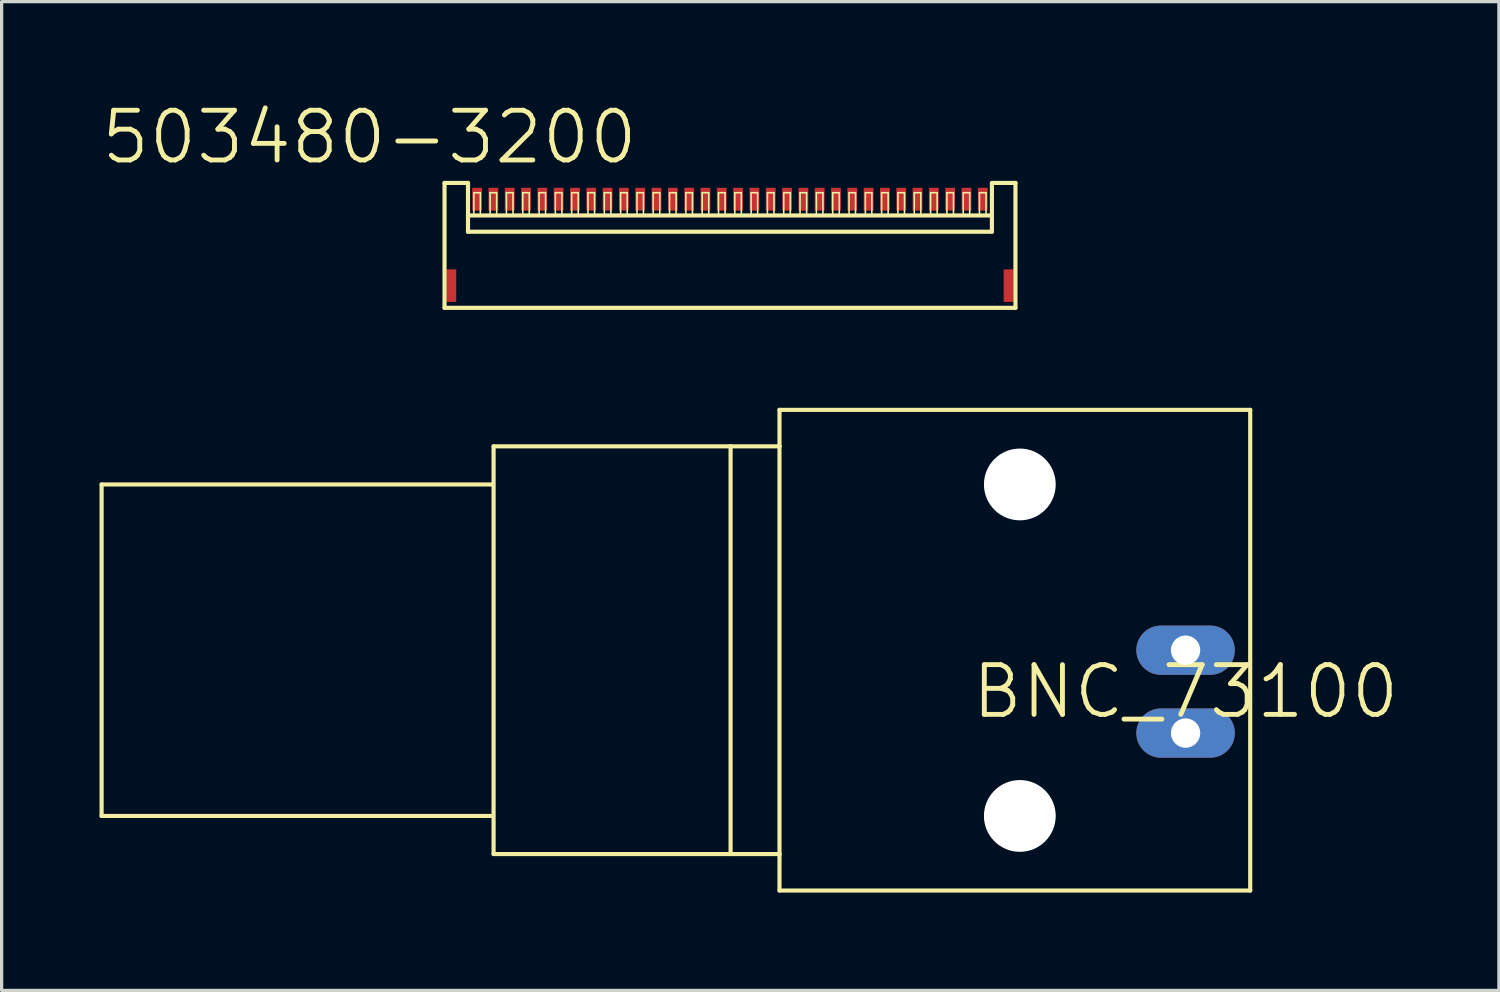
<source format=kicad_pcb>
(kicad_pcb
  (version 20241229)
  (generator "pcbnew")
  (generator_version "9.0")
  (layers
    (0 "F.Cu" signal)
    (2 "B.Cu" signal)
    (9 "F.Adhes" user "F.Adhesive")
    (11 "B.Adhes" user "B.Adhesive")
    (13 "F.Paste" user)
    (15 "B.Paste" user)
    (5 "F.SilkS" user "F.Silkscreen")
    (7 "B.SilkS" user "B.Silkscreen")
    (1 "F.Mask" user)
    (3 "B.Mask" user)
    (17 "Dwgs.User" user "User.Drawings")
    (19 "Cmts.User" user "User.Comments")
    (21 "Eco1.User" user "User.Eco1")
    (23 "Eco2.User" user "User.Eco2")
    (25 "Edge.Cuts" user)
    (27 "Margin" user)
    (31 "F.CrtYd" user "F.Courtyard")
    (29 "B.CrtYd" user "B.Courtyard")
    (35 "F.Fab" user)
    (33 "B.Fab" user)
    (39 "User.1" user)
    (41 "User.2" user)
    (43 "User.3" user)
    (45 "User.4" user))
  (footprint "BNC_73100"
    (layer "F.Cu")
    (at 33.287 18.148)
    (property "Reference" "BNC_73100" (at 0 0 0) (layer "F.SilkS") (effects (font (size 1.524 1.524) (thickness 0.15))))
    (attr exclude_from_pos_files exclude_from_bom)
    (fp_line (start -33.223 -6.35) (end -33.223 3.81) (stroke (width 0.127) (type solid)) (layer "F.SilkS"))
    (fp_line (start -33.223 3.81) (end -21.234 3.81) (stroke (width 0.127) (type solid)) (layer "F.SilkS"))
    (fp_line (start -21.234 -6.35) (end -33.223 -6.35) (stroke (width 0.127) (type solid)) (layer "F.SilkS"))
    (fp_line (start -21.209 -7.518) (end -21.209 4.978) (stroke (width 0.127) (type solid)) (layer "F.SilkS"))
    (fp_line (start -21.209 4.978) (end -13.945 4.978) (stroke (width 0.127) (type solid)) (layer "F.SilkS"))
    (fp_line (start -13.945 -7.518) (end -21.209 -7.518) (stroke (width 0.127) (type solid)) (layer "F.SilkS"))
    (fp_line (start -13.945 -7.518) (end -13.945 4.978) (stroke (width 0.127) (type solid)) (layer "F.SilkS"))
    (fp_line (start -13.945 4.978) (end -12.446 4.978) (stroke (width 0.127) (type solid)) (layer "F.SilkS"))
    (fp_line (start -12.446 -8.636) (end 1.981 -8.636) (stroke (width 0.127) (type solid)) (layer "F.SilkS"))
    (fp_line (start -12.446 -7.518) (end -13.945 -7.518) (stroke (width 0.127) (type solid)) (layer "F.SilkS"))
    (fp_line (start -12.446 -7.518) (end -12.446 -8.636) (stroke (width 0.127) (type solid)) (layer "F.SilkS"))
    (fp_line (start -12.446 4.978) (end -12.446 -7.518) (stroke (width 0.127) (type solid)) (layer "F.SilkS"))
    (fp_line (start -12.446 6.096) (end -12.446 4.978) (stroke (width 0.127) (type solid)) (layer "F.SilkS"))
    (fp_line (start 1.981 -8.636) (end 1.981 6.096) (stroke (width 0.127) (type solid)) (layer "F.SilkS"))
    (fp_line (start 1.981 6.096) (end -12.446 6.096) (stroke (width 0.127) (type solid)) (layer "F.SilkS"))
    (pad "" np_thru_hole circle (at -5.08 -6.35) (size 2.2 2.2) (drill 2.2) (layers "*.Cu" "*.Mask"))
    (pad "" np_thru_hole circle (at -5.08 3.81) (size 2.2 2.2) (drill 2.2) (layers "*.Cu" "*.Mask"))
    (pad "GND" thru_hole oval (at 0 1.27 90) (size 1.509 3.018) (drill 0.899) (layers "*.Cu" "*.Paste" "*.Mask"))
    (pad "OUT" thru_hole oval (at 0 -1.27 90) (size 1.509 3.018) (drill 0.899) (layers "*.Cu" "*.Paste" "*.Mask")))
  (footprint "503480-3200"
    (layer "F.Cu")
    (at 11.573 3.055)
    (property "Reference" "503480-3200" (at -3.3 -1.9 0) (layer "F.SilkS") (effects (font (size 1.524 1.524) (thickness 0.15))))
    (attr smd)
    (fp_line (start -0.998 -0.498) (end -0.998 3.33) (stroke (width 0.127) (type solid)) (layer "F.SilkS"))
    (fp_line (start -0.998 3.33) (end 16.5 3.33) (stroke (width 0.127) (type solid)) (layer "F.SilkS"))
    (fp_line (start -0.279 -0.498) (end -0.998 -0.498) (stroke (width 0.127) (type solid)) (layer "F.SilkS"))
    (fp_line (start -0.279 0.498) (end -0.279 -0.498) (stroke (width 0.127) (type solid)) (layer "F.SilkS"))
    (fp_line (start -0.279 0.498) (end -0.279 0.998) (stroke (width 0.127) (type solid)) (layer "F.SilkS"))
    (fp_line (start -0.279 0.998) (end 15.778 0.998) (stroke (width 0.127) (type solid)) (layer "F.SilkS"))
    (fp_line (start -0.099 -0.198) (end 0.099 -0.198) (stroke (width 0.048) (type solid)) (layer "F.SilkS"))
    (fp_line (start -0.099 0.498) (end -0.099 -0.198) (stroke (width 0.048) (type solid)) (layer "F.SilkS"))
    (fp_line (start 0.099 -0.198) (end 0.099 0.498) (stroke (width 0.048) (type solid)) (layer "F.SilkS"))
    (fp_line (start 0.099 0.498) (end -0.099 0.498) (stroke (width 0.048) (type solid)) (layer "F.SilkS"))
    (fp_line (start 0.399 -0.198) (end 0.599 -0.198) (stroke (width 0.048) (type solid)) (layer "F.SilkS"))
    (fp_line (start 0.399 0.498) (end 0.399 -0.198) (stroke (width 0.048) (type solid)) (layer "F.SilkS"))
    (fp_line (start 0.599 -0.198) (end 0.599 0.498) (stroke (width 0.048) (type solid)) (layer "F.SilkS"))
    (fp_line (start 0.599 0.498) (end 0.399 0.498) (stroke (width 0.048) (type solid)) (layer "F.SilkS"))
    (fp_line (start 0.899 -0.198) (end 1.1 -0.198) (stroke (width 0.048) (type solid)) (layer "F.SilkS"))
    (fp_line (start 0.899 0.498) (end 0.899 -0.198) (stroke (width 0.048) (type solid)) (layer "F.SilkS"))
    (fp_line (start 1.1 -0.198) (end 1.1 0.498) (stroke (width 0.048) (type solid)) (layer "F.SilkS"))
    (fp_line (start 1.1 0.498) (end 0.899 0.498) (stroke (width 0.048) (type solid)) (layer "F.SilkS"))
    (fp_line (start 1.4 -0.198) (end 1.598 -0.198) (stroke (width 0.048) (type solid)) (layer "F.SilkS"))
    (fp_line (start 1.4 0.498) (end 1.4 -0.198) (stroke (width 0.048) (type solid)) (layer "F.SilkS"))
    (fp_line (start 1.598 -0.198) (end 1.598 0.498) (stroke (width 0.048) (type solid)) (layer "F.SilkS"))
    (fp_line (start 1.598 0.498) (end 1.4 0.498) (stroke (width 0.048) (type solid)) (layer "F.SilkS"))
    (fp_line (start 1.9 -0.198) (end 2.098 -0.198) (stroke (width 0.048) (type solid)) (layer "F.SilkS"))
    (fp_line (start 1.9 0.498) (end 1.9 -0.198) (stroke (width 0.048) (type solid)) (layer "F.SilkS"))
    (fp_line (start 2.098 -0.198) (end 2.098 0.498) (stroke (width 0.048) (type solid)) (layer "F.SilkS"))
    (fp_line (start 2.098 0.498) (end 1.9 0.498) (stroke (width 0.048) (type solid)) (layer "F.SilkS"))
    (fp_line (start 2.398 -0.198) (end 2.598 -0.198) (stroke (width 0.048) (type solid)) (layer "F.SilkS"))
    (fp_line (start 2.398 0.498) (end 2.398 -0.198) (stroke (width 0.048) (type solid)) (layer "F.SilkS"))
    (fp_line (start 2.598 -0.198) (end 2.598 0.498) (stroke (width 0.048) (type solid)) (layer "F.SilkS"))
    (fp_line (start 2.598 0.498) (end 2.398 0.498) (stroke (width 0.048) (type solid)) (layer "F.SilkS"))
    (fp_line (start 2.898 -0.198) (end 3.099 -0.198) (stroke (width 0.048) (type solid)) (layer "F.SilkS"))
    (fp_line (start 2.898 0.498) (end 2.898 -0.198) (stroke (width 0.048) (type solid)) (layer "F.SilkS"))
    (fp_line (start 3.099 -0.198) (end 3.099 0.498) (stroke (width 0.048) (type solid)) (layer "F.SilkS"))
    (fp_line (start 3.099 0.498) (end 2.898 0.498) (stroke (width 0.048) (type solid)) (layer "F.SilkS"))
    (fp_line (start 3.399 -0.198) (end 3.599 -0.198) (stroke (width 0.048) (type solid)) (layer "F.SilkS"))
    (fp_line (start 3.399 0.498) (end 3.399 -0.198) (stroke (width 0.048) (type solid)) (layer "F.SilkS"))
    (fp_line (start 3.599 -0.198) (end 3.599 0.498) (stroke (width 0.048) (type solid)) (layer "F.SilkS"))
    (fp_line (start 3.599 0.498) (end 3.399 0.498) (stroke (width 0.048) (type solid)) (layer "F.SilkS"))
    (fp_line (start 3.899 -0.198) (end 4.1 -0.198) (stroke (width 0.048) (type solid)) (layer "F.SilkS"))
    (fp_line (start 3.899 0.498) (end 3.899 -0.198) (stroke (width 0.048) (type solid)) (layer "F.SilkS"))
    (fp_line (start 4.1 -0.198) (end 4.1 0.498) (stroke (width 0.048) (type solid)) (layer "F.SilkS"))
    (fp_line (start 4.1 0.498) (end 3.899 0.498) (stroke (width 0.048) (type solid)) (layer "F.SilkS"))
    (fp_line (start 4.399 -0.198) (end 4.6 -0.198) (stroke (width 0.048) (type solid)) (layer "F.SilkS"))
    (fp_line (start 4.399 0.498) (end 4.399 -0.198) (stroke (width 0.048) (type solid)) (layer "F.SilkS"))
    (fp_line (start 4.6 -0.198) (end 4.6 0.498) (stroke (width 0.048) (type solid)) (layer "F.SilkS"))
    (fp_line (start 4.6 0.498) (end 4.399 0.498) (stroke (width 0.048) (type solid)) (layer "F.SilkS"))
    (fp_line (start 4.9 -0.198) (end 5.098 -0.198) (stroke (width 0.048) (type solid)) (layer "F.SilkS"))
    (fp_line (start 4.9 0.498) (end 4.9 -0.198) (stroke (width 0.048) (type solid)) (layer "F.SilkS"))
    (fp_line (start 5.098 -0.198) (end 5.098 0.498) (stroke (width 0.048) (type solid)) (layer "F.SilkS"))
    (fp_line (start 5.098 0.498) (end 4.9 0.498) (stroke (width 0.048) (type solid)) (layer "F.SilkS"))
    (fp_line (start 5.397 -0.198) (end 5.598 -0.198) (stroke (width 0.048) (type solid)) (layer "F.SilkS"))
    (fp_line (start 5.397 0.498) (end 5.397 -0.198) (stroke (width 0.048) (type solid)) (layer "F.SilkS"))
    (fp_line (start 5.598 -0.198) (end 5.598 0.498) (stroke (width 0.048) (type solid)) (layer "F.SilkS"))
    (fp_line (start 5.598 0.498) (end 5.397 0.498) (stroke (width 0.048) (type solid)) (layer "F.SilkS"))
    (fp_line (start 5.898 -0.198) (end 6.099 -0.198) (stroke (width 0.048) (type solid)) (layer "F.SilkS"))
    (fp_line (start 5.898 0.498) (end 5.898 -0.198) (stroke (width 0.048) (type solid)) (layer "F.SilkS"))
    (fp_line (start 6.099 -0.198) (end 6.099 0.498) (stroke (width 0.048) (type solid)) (layer "F.SilkS"))
    (fp_line (start 6.099 0.498) (end 5.898 0.498) (stroke (width 0.048) (type solid)) (layer "F.SilkS"))
    (fp_line (start 6.398 -0.198) (end 6.599 -0.198) (stroke (width 0.048) (type solid)) (layer "F.SilkS"))
    (fp_line (start 6.398 0.498) (end 6.398 -0.198) (stroke (width 0.048) (type solid)) (layer "F.SilkS"))
    (fp_line (start 6.599 -0.198) (end 6.599 0.498) (stroke (width 0.048) (type solid)) (layer "F.SilkS"))
    (fp_line (start 6.599 0.498) (end 6.398 0.498) (stroke (width 0.048) (type solid)) (layer "F.SilkS"))
    (fp_line (start 6.899 -0.198) (end 7.099 -0.198) (stroke (width 0.048) (type solid)) (layer "F.SilkS"))
    (fp_line (start 6.899 0.498) (end 6.899 -0.198) (stroke (width 0.048) (type solid)) (layer "F.SilkS"))
    (fp_line (start 7.099 -0.198) (end 7.099 0.498) (stroke (width 0.048) (type solid)) (layer "F.SilkS"))
    (fp_line (start 7.099 0.498) (end 6.899 0.498) (stroke (width 0.048) (type solid)) (layer "F.SilkS"))
    (fp_line (start 7.399 -0.198) (end 7.6 -0.198) (stroke (width 0.048) (type solid)) (layer "F.SilkS"))
    (fp_line (start 7.399 0.498) (end 7.399 -0.198) (stroke (width 0.048) (type solid)) (layer "F.SilkS"))
    (fp_line (start 7.6 -0.198) (end 7.6 0.498) (stroke (width 0.048) (type solid)) (layer "F.SilkS"))
    (fp_line (start 7.6 0.498) (end 7.399 0.498) (stroke (width 0.048) (type solid)) (layer "F.SilkS"))
    (fp_line (start 7.899 -0.198) (end 8.098 -0.198) (stroke (width 0.048) (type solid)) (layer "F.SilkS"))
    (fp_line (start 7.899 0.498) (end 7.899 -0.198) (stroke (width 0.048) (type solid)) (layer "F.SilkS"))
    (fp_line (start 8.098 -0.198) (end 8.098 0.498) (stroke (width 0.048) (type solid)) (layer "F.SilkS"))
    (fp_line (start 8.098 0.498) (end 7.899 0.498) (stroke (width 0.048) (type solid)) (layer "F.SilkS"))
    (fp_line (start 8.4 -0.198) (end 8.598 -0.198) (stroke (width 0.048) (type solid)) (layer "F.SilkS"))
    (fp_line (start 8.4 0.498) (end 8.4 -0.198) (stroke (width 0.048) (type solid)) (layer "F.SilkS"))
    (fp_line (start 8.598 -0.198) (end 8.598 0.498) (stroke (width 0.048) (type solid)) (layer "F.SilkS"))
    (fp_line (start 8.598 0.498) (end 8.4 0.498) (stroke (width 0.048) (type solid)) (layer "F.SilkS"))
    (fp_line (start 8.898 -0.198) (end 9.098 -0.198) (stroke (width 0.048) (type solid)) (layer "F.SilkS"))
    (fp_line (start 8.898 0.498) (end 8.898 -0.198) (stroke (width 0.048) (type solid)) (layer "F.SilkS"))
    (fp_line (start 9.098 -0.198) (end 9.098 0.498) (stroke (width 0.048) (type solid)) (layer "F.SilkS"))
    (fp_line (start 9.098 0.498) (end 8.898 0.498) (stroke (width 0.048) (type solid)) (layer "F.SilkS"))
    (fp_line (start 9.398 -0.198) (end 9.599 -0.198) (stroke (width 0.048) (type solid)) (layer "F.SilkS"))
    (fp_line (start 9.398 0.498) (end 9.398 -0.198) (stroke (width 0.048) (type solid)) (layer "F.SilkS"))
    (fp_line (start 9.599 -0.198) (end 9.599 0.498) (stroke (width 0.048) (type solid)) (layer "F.SilkS"))
    (fp_line (start 9.599 0.498) (end 9.398 0.498) (stroke (width 0.048) (type solid)) (layer "F.SilkS"))
    (fp_line (start 9.898 -0.198) (end 10.099 -0.198) (stroke (width 0.048) (type solid)) (layer "F.SilkS"))
    (fp_line (start 9.898 0.498) (end 9.898 -0.198) (stroke (width 0.048) (type solid)) (layer "F.SilkS"))
    (fp_line (start 10.099 -0.198) (end 10.099 0.498) (stroke (width 0.048) (type solid)) (layer "F.SilkS"))
    (fp_line (start 10.099 0.498) (end 9.898 0.498) (stroke (width 0.048) (type solid)) (layer "F.SilkS"))
    (fp_line (start 10.399 -0.198) (end 10.599 -0.198) (stroke (width 0.048) (type solid)) (layer "F.SilkS"))
    (fp_line (start 10.399 0.498) (end 10.399 -0.198) (stroke (width 0.048) (type solid)) (layer "F.SilkS"))
    (fp_line (start 10.599 -0.198) (end 10.599 0.498) (stroke (width 0.048) (type solid)) (layer "F.SilkS"))
    (fp_line (start 10.599 0.498) (end 10.399 0.498) (stroke (width 0.048) (type solid)) (layer "F.SilkS"))
    (fp_line (start 10.899 -0.198) (end 11.1 -0.198) (stroke (width 0.048) (type solid)) (layer "F.SilkS"))
    (fp_line (start 10.899 0.498) (end 10.899 -0.198) (stroke (width 0.048) (type solid)) (layer "F.SilkS"))
    (fp_line (start 11.1 -0.198) (end 11.1 0.498) (stroke (width 0.048) (type solid)) (layer "F.SilkS"))
    (fp_line (start 11.1 0.498) (end 10.899 0.498) (stroke (width 0.048) (type solid)) (layer "F.SilkS"))
    (fp_line (start 11.4 -0.198) (end 11.598 -0.198) (stroke (width 0.048) (type solid)) (layer "F.SilkS"))
    (fp_line (start 11.4 0.498) (end 11.4 -0.198) (stroke (width 0.048) (type solid)) (layer "F.SilkS"))
    (fp_line (start 11.598 -0.198) (end 11.598 0.498) (stroke (width 0.048) (type solid)) (layer "F.SilkS"))
    (fp_line (start 11.598 0.498) (end 11.4 0.498) (stroke (width 0.048) (type solid)) (layer "F.SilkS"))
    (fp_line (start 11.9 -0.198) (end 12.098 -0.198) (stroke (width 0.048) (type solid)) (layer "F.SilkS"))
    (fp_line (start 11.9 0.498) (end 11.9 -0.198) (stroke (width 0.048) (type solid)) (layer "F.SilkS"))
    (fp_line (start 12.098 -0.198) (end 12.098 0.498) (stroke (width 0.048) (type solid)) (layer "F.SilkS"))
    (fp_line (start 12.098 0.498) (end 11.9 0.498) (stroke (width 0.048) (type solid)) (layer "F.SilkS"))
    (fp_line (start 12.398 -0.198) (end 12.598 -0.198) (stroke (width 0.048) (type solid)) (layer "F.SilkS"))
    (fp_line (start 12.398 0.498) (end 12.398 -0.198) (stroke (width 0.048) (type solid)) (layer "F.SilkS"))
    (fp_line (start 12.598 -0.198) (end 12.598 0.498) (stroke (width 0.048) (type solid)) (layer "F.SilkS"))
    (fp_line (start 12.598 0.498) (end 12.398 0.498) (stroke (width 0.048) (type solid)) (layer "F.SilkS"))
    (fp_line (start 12.898 -0.198) (end 13.099 -0.198) (stroke (width 0.048) (type solid)) (layer "F.SilkS"))
    (fp_line (start 12.898 0.498) (end 12.898 -0.198) (stroke (width 0.048) (type solid)) (layer "F.SilkS"))
    (fp_line (start 13.099 -0.198) (end 13.099 0.498) (stroke (width 0.048) (type solid)) (layer "F.SilkS"))
    (fp_line (start 13.099 0.498) (end 12.898 0.498) (stroke (width 0.048) (type solid)) (layer "F.SilkS"))
    (fp_line (start 13.399 -0.198) (end 13.599 -0.198) (stroke (width 0.048) (type solid)) (layer "F.SilkS"))
    (fp_line (start 13.399 0.498) (end 13.399 -0.198) (stroke (width 0.048) (type solid)) (layer "F.SilkS"))
    (fp_line (start 13.599 -0.198) (end 13.599 0.498) (stroke (width 0.048) (type solid)) (layer "F.SilkS"))
    (fp_line (start 13.599 0.498) (end 13.399 0.498) (stroke (width 0.048) (type solid)) (layer "F.SilkS"))
    (fp_line (start 13.899 -0.198) (end 14.1 -0.198) (stroke (width 0.048) (type solid)) (layer "F.SilkS"))
    (fp_line (start 13.899 0.498) (end 13.899 -0.198) (stroke (width 0.048) (type solid)) (layer "F.SilkS"))
    (fp_line (start 14.1 -0.198) (end 14.1 0.498) (stroke (width 0.048) (type solid)) (layer "F.SilkS"))
    (fp_line (start 14.1 0.498) (end 13.899 0.498) (stroke (width 0.048) (type solid)) (layer "F.SilkS"))
    (fp_line (start 14.399 -0.198) (end 14.6 -0.198) (stroke (width 0.048) (type solid)) (layer "F.SilkS"))
    (fp_line (start 14.399 0.498) (end 14.399 -0.198) (stroke (width 0.048) (type solid)) (layer "F.SilkS"))
    (fp_line (start 14.6 -0.198) (end 14.6 0.498) (stroke (width 0.048) (type solid)) (layer "F.SilkS"))
    (fp_line (start 14.6 0.498) (end 14.399 0.498) (stroke (width 0.048) (type solid)) (layer "F.SilkS"))
    (fp_line (start 14.9 -0.198) (end 15.098 -0.198) (stroke (width 0.048) (type solid)) (layer "F.SilkS"))
    (fp_line (start 14.9 0.498) (end 14.9 -0.198) (stroke (width 0.048) (type solid)) (layer "F.SilkS"))
    (fp_line (start 15.098 -0.198) (end 15.098 0.498) (stroke (width 0.048) (type solid)) (layer "F.SilkS"))
    (fp_line (start 15.098 0.498) (end 14.9 0.498) (stroke (width 0.048) (type solid)) (layer "F.SilkS"))
    (fp_line (start 15.397 -0.198) (end 15.598 -0.198) (stroke (width 0.048) (type solid)) (layer "F.SilkS"))
    (fp_line (start 15.397 0.498) (end 15.397 -0.198) (stroke (width 0.048) (type solid)) (layer "F.SilkS"))
    (fp_line (start 15.598 -0.198) (end 15.598 0.498) (stroke (width 0.048) (type solid)) (layer "F.SilkS"))
    (fp_line (start 15.598 0.498) (end 15.397 0.498) (stroke (width 0.048) (type solid)) (layer "F.SilkS"))
    (fp_line (start 15.778 -0.488) (end 15.778 0.478) (stroke (width 0.127) (type solid)) (layer "F.SilkS"))
    (fp_line (start 15.778 0.478) (end 15.778 0.498) (stroke (width 0.127) (type solid)) (layer "F.SilkS"))
    (fp_line (start 15.778 0.498) (end -0.279 0.498) (stroke (width 0.127) (type solid)) (layer "F.SilkS"))
    (fp_line (start 15.778 0.998) (end 15.778 0.498) (stroke (width 0.127) (type solid)) (layer "F.SilkS"))
    (fp_line (start 15.789 -0.498) (end 15.789 -0.488) (stroke (width 0.127) (type solid)) (layer "F.SilkS"))
    (fp_line (start 15.789 -0.488) (end 15.778 -0.488) (stroke (width 0.127) (type solid)) (layer "F.SilkS"))
    (fp_line (start 16.5 -0.498) (end 15.789 -0.498) (stroke (width 0.127) (type solid)) (layer "F.SilkS"))
    (fp_line (start 16.5 3.33) (end 16.5 -0.498) (stroke (width 0.127) (type solid)) (layer "F.SilkS"))
    (pad "NC1" smd rect (at -0.79 2.649) (size 0.3 0.998) (layers "F.Cu" "F.Mask" "F.Paste"))
    (pad "NC2" smd rect (at 16.289 2.649) (size 0.3 0.998) (layers "F.Cu" "F.Mask" "F.Paste"))
    (pad "P$1" smd rect (at 0 0) (size 0.3 0.699) (layers "F.Cu" "F.Mask" "F.Paste"))
    (pad "P$2" smd rect (at 0.498 0) (size 0.3 0.699) (layers "F.Cu" "F.Mask" "F.Paste"))
    (pad "P$3" smd rect (at 0.998 0) (size 0.3 0.699) (layers "F.Cu" "F.Mask" "F.Paste"))
    (pad "P$4" smd rect (at 1.499 0) (size 0.3 0.699) (layers "F.Cu" "F.Mask" "F.Paste"))
    (pad "P$5" smd rect (at 1.999 0) (size 0.3 0.699) (layers "F.Cu" "F.Mask" "F.Paste"))
    (pad "P$6" smd rect (at 2.499 0) (size 0.3 0.699) (layers "F.Cu" "F.Mask" "F.Paste"))
    (pad "P$7" smd rect (at 3 0) (size 0.3 0.699) (layers "F.Cu" "F.Mask" "F.Paste"))
    (pad "P$8" smd rect (at 3.498 0) (size 0.3 0.699) (layers "F.Cu" "F.Mask" "F.Paste"))
    (pad "P$9" smd rect (at 3.998 0) (size 0.3 0.699) (layers "F.Cu" "F.Mask" "F.Paste"))
    (pad "P$10" smd rect (at 4.498 0) (size 0.3 0.699) (layers "F.Cu" "F.Mask" "F.Paste"))
    (pad "P$11" smd rect (at 4.999 0) (size 0.3 0.699) (layers "F.Cu" "F.Mask" "F.Paste"))
    (pad "P$12" smd rect (at 5.499 0) (size 0.3 0.699) (layers "F.Cu" "F.Mask" "F.Paste"))
    (pad "P$13" smd rect (at 5.999 0) (size 0.3 0.699) (layers "F.Cu" "F.Mask" "F.Paste"))
    (pad "P$14" smd rect (at 6.5 0) (size 0.3 0.699) (layers "F.Cu" "F.Mask" "F.Paste"))
    (pad "P$15" smd rect (at 6.998 0) (size 0.3 0.699) (layers "F.Cu" "F.Mask" "F.Paste"))
    (pad "P$16" smd rect (at 7.498 0) (size 0.3 0.699) (layers "F.Cu" "F.Mask" "F.Paste"))
    (pad "P$17" smd rect (at 7.998 0) (size 0.3 0.699) (layers "F.Cu" "F.Mask" "F.Paste"))
    (pad "P$18" smd rect (at 8.499 0) (size 0.3 0.699) (layers "F.Cu" "F.Mask" "F.Paste"))
    (pad "P$19" smd rect (at 8.999 0) (size 0.3 0.699) (layers "F.Cu" "F.Mask" "F.Paste"))
    (pad "P$20" smd rect (at 9.5 0) (size 0.3 0.699) (layers "F.Cu" "F.Mask" "F.Paste"))
    (pad "P$21" smd rect (at 10 0) (size 0.3 0.699) (layers "F.Cu" "F.Mask" "F.Paste"))
    (pad "P$22" smd rect (at 10.498 0) (size 0.3 0.699) (layers "F.Cu" "F.Mask" "F.Paste"))
    (pad "P$23" smd rect (at 10.998 0) (size 0.3 0.699) (layers "F.Cu" "F.Mask" "F.Paste"))
    (pad "P$24" smd rect (at 11.499 0) (size 0.3 0.699) (layers "F.Cu" "F.Mask" "F.Paste"))
    (pad "P$25" smd rect (at 11.999 0) (size 0.3 0.699) (layers "F.Cu" "F.Mask" "F.Paste"))
    (pad "P$26" smd rect (at 12.499 0) (size 0.3 0.699) (layers "F.Cu" "F.Mask" "F.Paste"))
    (pad "P$27" smd rect (at 13 0) (size 0.3 0.699) (layers "F.Cu" "F.Mask" "F.Paste"))
    (pad "P$28" smd rect (at 13.498 0) (size 0.3 0.699) (layers "F.Cu" "F.Mask" "F.Paste"))
    (pad "P$29" smd rect (at 13.998 0) (size 0.3 0.699) (layers "F.Cu" "F.Mask" "F.Paste"))
    (pad "P$30" smd rect (at 14.498 0) (size 0.3 0.699) (layers "F.Cu" "F.Mask" "F.Paste"))
    (pad "P$31" smd rect (at 14.999 0) (size 0.3 0.699) (layers "F.Cu" "F.Mask" "F.Paste"))
    (pad "P$32" smd rect (at 15.499 0) (size 0.3 0.699) (layers "F.Cu" "F.Mask" "F.Paste")))
  (gr_rect
    (start -3 -3)
    (end 42.891 27.307)
    (stroke (width 0.1) (type default))
    (fill no)
    (layer "Edge.Cuts")))
</source>
